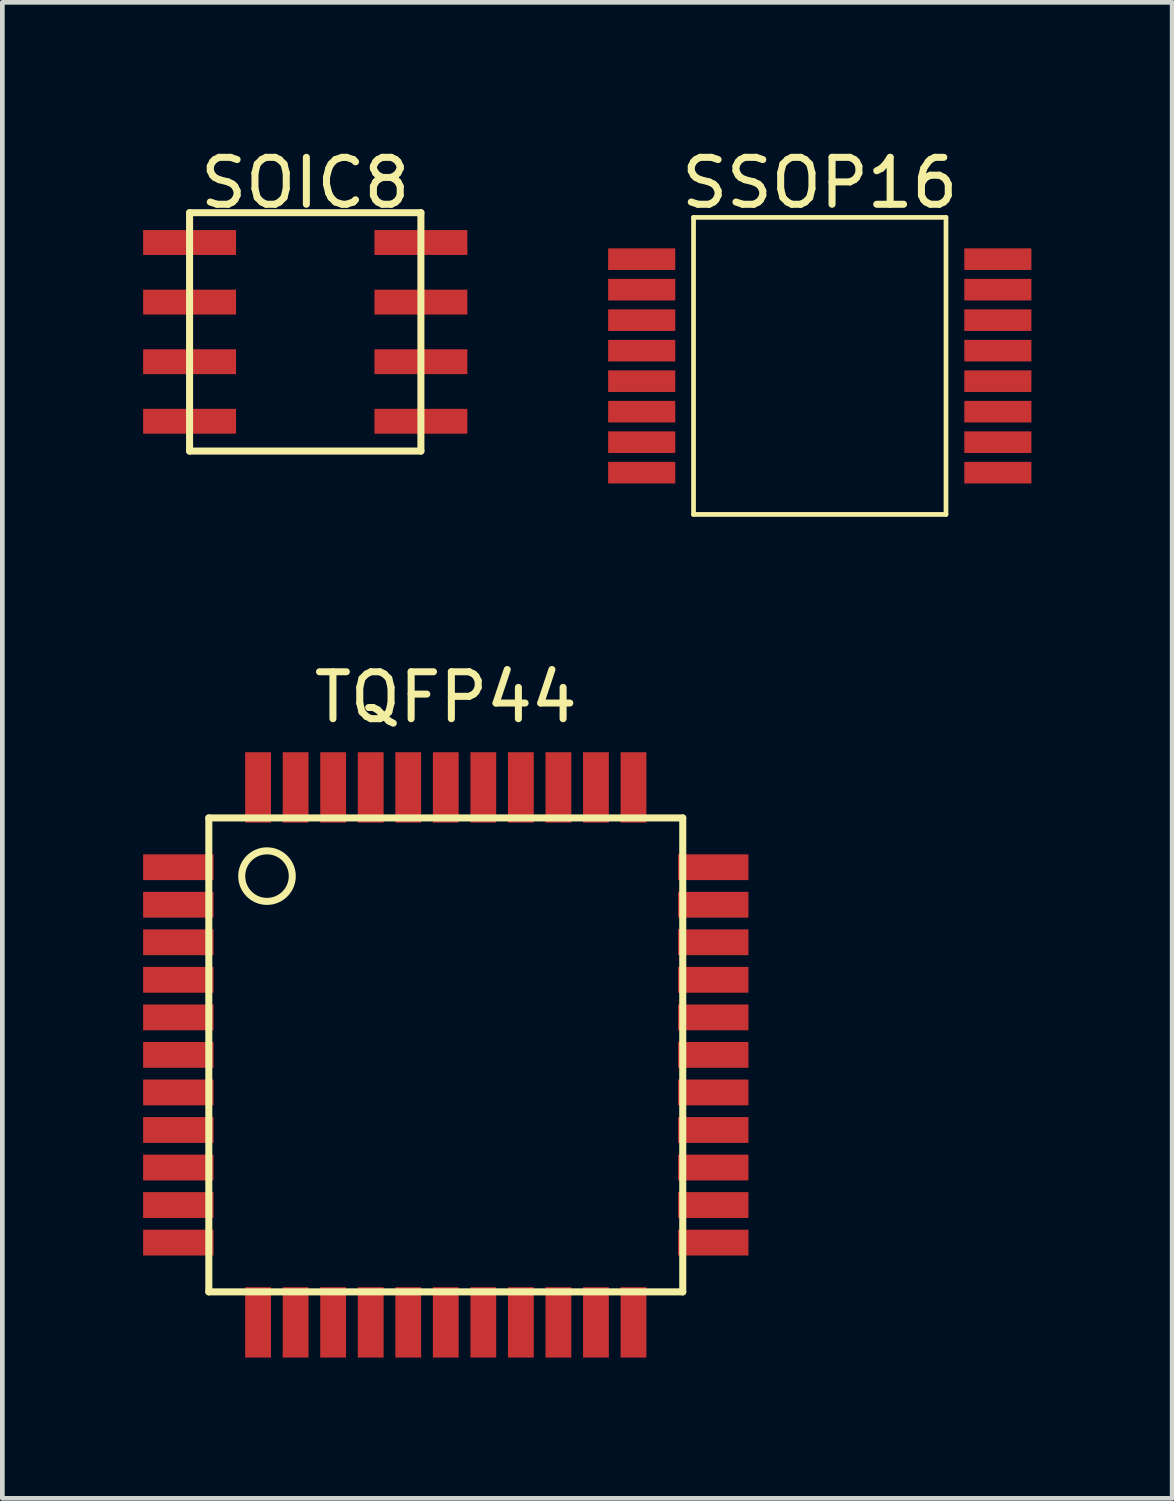
<source format=kicad_pcb>
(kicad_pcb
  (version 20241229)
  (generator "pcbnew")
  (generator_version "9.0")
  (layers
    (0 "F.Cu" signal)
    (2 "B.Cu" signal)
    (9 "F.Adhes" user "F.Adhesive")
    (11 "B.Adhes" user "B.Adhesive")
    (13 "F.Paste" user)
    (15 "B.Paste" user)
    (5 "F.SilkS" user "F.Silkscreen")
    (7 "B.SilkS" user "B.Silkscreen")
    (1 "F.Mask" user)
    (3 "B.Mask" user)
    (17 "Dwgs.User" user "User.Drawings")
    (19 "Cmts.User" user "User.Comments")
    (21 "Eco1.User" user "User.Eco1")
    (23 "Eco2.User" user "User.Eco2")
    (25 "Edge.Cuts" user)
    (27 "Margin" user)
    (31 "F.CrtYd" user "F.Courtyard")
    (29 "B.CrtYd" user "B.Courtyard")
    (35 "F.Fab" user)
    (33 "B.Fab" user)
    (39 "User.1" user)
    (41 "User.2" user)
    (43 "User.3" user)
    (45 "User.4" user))
  (footprint "TQFP44"
    (layer "F.Cu")
    (at 6.45 19.431)
    (property "Reference" "TQFP44" (at 0 -7.62 0) (layer "F.SilkS") (effects (font (size 1 1) (thickness 0.15))))
    (attr through_hole)
    (fp_line (start -5.05 -5.05) (end 5.05 -5.05) (stroke (width 0.15) (type solid)) (layer "F.SilkS"))
    (fp_line (start -5.05 5.05) (end -5.05 -5.05) (stroke (width 0.15) (type solid)) (layer "F.SilkS"))
    (fp_line (start 5.05 -5.05) (end 5.05 5.05) (stroke (width 0.15) (type solid)) (layer "F.SilkS"))
    (fp_line (start 5.05 5.05) (end -5.05 5.05) (stroke (width 0.15) (type solid)) (layer "F.SilkS"))
    (fp_circle (center -3.81 -3.81) (end -4.191 -4.191) (stroke (width 0.15) (type solid)) (fill no) (layer "F.SilkS"))
    (pad "1" smd rect (at -5.7 -4 90) (size 0.55 1.5) (layers "F.Cu" "F.Mask" "F.Paste"))
    (pad "2" smd rect (at -5.7 -3.2 90) (size 0.55 1.5) (layers "F.Cu" "F.Mask" "F.Paste"))
    (pad "3" smd rect (at -5.7 -2.4 90) (size 0.55 1.5) (layers "F.Cu" "F.Mask" "F.Paste"))
    (pad "4" smd rect (at -5.7 -1.6 90) (size 0.55 1.5) (layers "F.Cu" "F.Mask" "F.Paste"))
    (pad "5" smd rect (at -5.7 -0.8 90) (size 0.55 1.5) (layers "F.Cu" "F.Mask" "F.Paste"))
    (pad "6" smd rect (at -5.7 0 90) (size 0.55 1.5) (layers "F.Cu" "F.Mask" "F.Paste"))
    (pad "7" smd rect (at -5.7 0.8 90) (size 0.55 1.5) (layers "F.Cu" "F.Mask" "F.Paste"))
    (pad "8" smd rect (at -5.7 1.6 90) (size 0.55 1.5) (layers "F.Cu" "F.Mask" "F.Paste"))
    (pad "9" smd rect (at -5.7 2.4 90) (size 0.55 1.5) (layers "F.Cu" "F.Mask" "F.Paste"))
    (pad "10" smd rect (at -5.7 3.2 90) (size 0.55 1.5) (layers "F.Cu" "F.Mask" "F.Paste"))
    (pad "11" smd rect (at -5.7 4 90) (size 0.55 1.5) (layers "F.Cu" "F.Mask" "F.Paste"))
    (pad "12" smd rect (at -4 5.7 180) (size 0.55 1.5) (layers "F.Cu" "F.Mask" "F.Paste"))
    (pad "13" smd rect (at -3.2 5.7 180) (size 0.55 1.5) (layers "F.Cu" "F.Mask" "F.Paste"))
    (pad "14" smd rect (at -2.4 5.7 180) (size 0.55 1.5) (layers "F.Cu" "F.Mask" "F.Paste"))
    (pad "15" smd rect (at -1.6 5.7 180) (size 0.55 1.5) (layers "F.Cu" "F.Mask" "F.Paste"))
    (pad "16" smd rect (at -0.8 5.7 180) (size 0.55 1.5) (layers "F.Cu" "F.Mask" "F.Paste"))
    (pad "17" smd rect (at 0 5.7 180) (size 0.55 1.5) (layers "F.Cu" "F.Mask" "F.Paste"))
    (pad "18" smd rect (at 0.8 5.7 180) (size 0.55 1.5) (layers "F.Cu" "F.Mask" "F.Paste"))
    (pad "19" smd rect (at 1.6 5.7 180) (size 0.55 1.5) (layers "F.Cu" "F.Mask" "F.Paste"))
    (pad "20" smd rect (at 2.4 5.7 180) (size 0.55 1.5) (layers "F.Cu" "F.Mask" "F.Paste"))
    (pad "21" smd rect (at 3.2 5.7 180) (size 0.55 1.5) (layers "F.Cu" "F.Mask" "F.Paste"))
    (pad "22" smd rect (at 4 5.7 180) (size 0.55 1.5) (layers "F.Cu" "F.Mask" "F.Paste"))
    (pad "23" smd rect (at 5.7 4 270) (size 0.55 1.5) (layers "F.Cu" "F.Mask" "F.Paste"))
    (pad "24" smd rect (at 5.7 3.2 90) (size 0.55 1.5) (layers "F.Cu" "F.Mask" "F.Paste"))
    (pad "25" smd rect (at 5.7 2.4 90) (size 0.55 1.5) (layers "F.Cu" "F.Mask" "F.Paste"))
    (pad "26" smd rect (at 5.7 1.6 90) (size 0.55 1.5) (layers "F.Cu" "F.Mask" "F.Paste"))
    (pad "27" smd rect (at 5.7 0.8 90) (size 0.55 1.5) (layers "F.Cu" "F.Mask" "F.Paste"))
    (pad "28" smd rect (at 5.7 0 90) (size 0.55 1.5) (layers "F.Cu" "F.Mask" "F.Paste"))
    (pad "29" smd rect (at 5.7 -0.8 90) (size 0.55 1.5) (layers "F.Cu" "F.Mask" "F.Paste"))
    (pad "30" smd rect (at 5.7 -1.6 90) (size 0.55 1.5) (layers "F.Cu" "F.Mask" "F.Paste"))
    (pad "31" smd rect (at 5.7 -2.4 90) (size 0.55 1.5) (layers "F.Cu" "F.Mask" "F.Paste"))
    (pad "32" smd rect (at 5.7 -3.2 90) (size 0.55 1.5) (layers "F.Cu" "F.Mask" "F.Paste"))
    (pad "33" smd rect (at 5.7 -4 90) (size 0.55 1.5) (layers "F.Cu" "F.Mask" "F.Paste"))
    (pad "34" smd rect (at 4 -5.7 180) (size 0.55 1.5) (layers "F.Cu" "F.Mask" "F.Paste"))
    (pad "35" smd rect (at 3.2 -5.7 180) (size 0.55 1.5) (layers "F.Cu" "F.Mask" "F.Paste"))
    (pad "36" smd rect (at 2.4 -5.7 180) (size 0.55 1.5) (layers "F.Cu" "F.Mask" "F.Paste"))
    (pad "37" smd rect (at 1.6 -5.7 180) (size 0.55 1.5) (layers "F.Cu" "F.Mask" "F.Paste"))
    (pad "38" smd rect (at 0.8 -5.7 180) (size 0.55 1.5) (layers "F.Cu" "F.Mask" "F.Paste"))
    (pad "39" smd rect (at 0 -5.7 180) (size 0.55 1.5) (layers "F.Cu" "F.Mask" "F.Paste"))
    (pad "40" smd rect (at -0.8 -5.7 180) (size 0.55 1.5) (layers "F.Cu" "F.Mask" "F.Paste"))
    (pad "41" smd rect (at -1.6 -5.7 180) (size 0.55 1.5) (layers "F.Cu" "F.Mask" "F.Paste"))
    (pad "42" smd rect (at -2.4 -5.7 180) (size 0.55 1.5) (layers "F.Cu" "F.Mask" "F.Paste"))
    (pad "43" smd rect (at -3.2 -5.7 180) (size 0.55 1.5) (layers "F.Cu" "F.Mask" "F.Paste"))
    (pad "44" smd rect (at -4 -5.7 180) (size 0.55 1.5) (layers "F.Cu" "F.Mask" "F.Paste")))
  (footprint "SOIC8"
    (layer "F.Cu")
    (at 3.455 4.023)
    (property "Reference" "SOIC8" (at 0 -3.175 0) (layer "F.SilkS") (effects (font (size 1 1) (thickness 0.15))))
    (attr through_hole)
    (fp_line (start -2.465 -2.54) (end 2.465 -2.54) (stroke (width 0.15) (type solid)) (layer "F.SilkS"))
    (fp_line (start -2.465 2.54) (end -2.465 -2.54) (stroke (width 0.15) (type solid)) (layer "F.SilkS"))
    (fp_line (start 2.465 -2.54) (end 2.465 2.54) (stroke (width 0.15) (type solid)) (layer "F.SilkS"))
    (fp_line (start 2.465 2.54) (end -2.465 2.54) (stroke (width 0.15) (type solid)) (layer "F.SilkS"))
    (pad "1" smd rect (at -2.465 -1.905) (size 1.98 0.53) (layers "F.Cu" "F.Mask" "F.Paste"))
    (pad "2" smd rect (at -2.465 -0.635) (size 1.98 0.53) (layers "F.Cu" "F.Mask" "F.Paste"))
    (pad "3" smd rect (at -2.465 0.635) (size 1.98 0.53) (layers "F.Cu" "F.Mask" "F.Paste"))
    (pad "4" smd rect (at -2.465 1.905) (size 1.98 0.53) (layers "F.Cu" "F.Mask" "F.Paste"))
    (pad "5" smd rect (at 2.465 1.905) (size 1.98 0.53) (layers "F.Cu" "F.Mask" "F.Paste"))
    (pad "6" smd rect (at 2.465 0.635) (size 1.98 0.53) (layers "F.Cu" "F.Mask" "F.Paste"))
    (pad "7" smd rect (at 2.465 -0.635) (size 1.98 0.53) (layers "F.Cu" "F.Mask" "F.Paste"))
    (pad "8" smd rect (at 2.465 -1.905) (size 1.98 0.53) (layers "F.Cu" "F.Mask" "F.Paste")))
  (footprint "SSOP16"
    (layer "F.Cu")
    (at 14.42 4.748)
    (property "Reference" "SSOP16" (at 0 -3.9 0) (layer "F.SilkS") (effects (font (size 1 1) (thickness 0.15))))
    (attr through_hole)
    (fp_line (start -2.69 -3.165) (end -2.69 3.165) (stroke (width 0.1) (type solid)) (layer "F.SilkS"))
    (fp_line (start -2.69 -3.165) (end 2.69 -3.165) (stroke (width 0.1) (type solid)) (layer "F.SilkS"))
    (fp_line (start -2.69 3.165) (end 2.69 3.165) (stroke (width 0.1) (type solid)) (layer "F.SilkS"))
    (fp_line (start 2.69 -3.165) (end 2.69 3.165) (stroke (width 0.1) (type solid)) (layer "F.SilkS"))
    (pad "1" smd rect (at -3.795 -2.275) (size 1.43 0.46) (layers "F.Cu" "F.Mask" "F.Paste"))
    (pad "2" smd rect (at -3.795 -1.625) (size 1.43 0.46) (layers "F.Cu" "F.Mask" "F.Paste"))
    (pad "3" smd rect (at -3.795 -0.975) (size 1.43 0.46) (layers "F.Cu" "F.Mask" "F.Paste"))
    (pad "4" smd rect (at -3.795 -0.325) (size 1.43 0.46) (layers "F.Cu" "F.Mask" "F.Paste"))
    (pad "5" smd rect (at -3.795 0.325) (size 1.43 0.46) (layers "F.Cu" "F.Mask" "F.Paste"))
    (pad "6" smd rect (at -3.795 0.975) (size 1.43 0.46) (layers "F.Cu" "F.Mask" "F.Paste"))
    (pad "7" smd rect (at -3.795 1.625) (size 1.43 0.46) (layers "F.Cu" "F.Mask" "F.Paste"))
    (pad "8" smd rect (at -3.795 2.275) (size 1.43 0.46) (layers "F.Cu" "F.Mask" "F.Paste"))
    (pad "9" smd rect (at 3.795 2.275) (size 1.43 0.46) (layers "F.Cu" "F.Mask" "F.Paste"))
    (pad "10" smd rect (at 3.795 1.625) (size 1.43 0.46) (layers "F.Cu" "F.Mask" "F.Paste"))
    (pad "11" smd rect (at 3.795 0.975) (size 1.43 0.46) (layers "F.Cu" "F.Mask" "F.Paste"))
    (pad "12" smd rect (at 3.795 0.325) (size 1.43 0.46) (layers "F.Cu" "F.Mask" "F.Paste"))
    (pad "13" smd rect (at 3.795 -0.325) (size 1.43 0.46) (layers "F.Cu" "F.Mask" "F.Paste"))
    (pad "14" smd rect (at 3.795 -0.975) (size 1.43 0.46) (layers "F.Cu" "F.Mask" "F.Paste"))
    (pad "15" smd rect (at 3.795 -1.625) (size 1.43 0.46) (layers "F.Cu" "F.Mask" "F.Paste"))
    (pad "16" smd rect (at 3.795 -2.275) (size 1.43 0.46) (layers "F.Cu" "F.Mask" "F.Paste")))
  (gr_rect
    (start -3 -3)
    (end 21.93 28.881)
    (stroke (width 0.1) (type default))
    (fill no)
    (layer "Edge.Cuts")))
</source>
